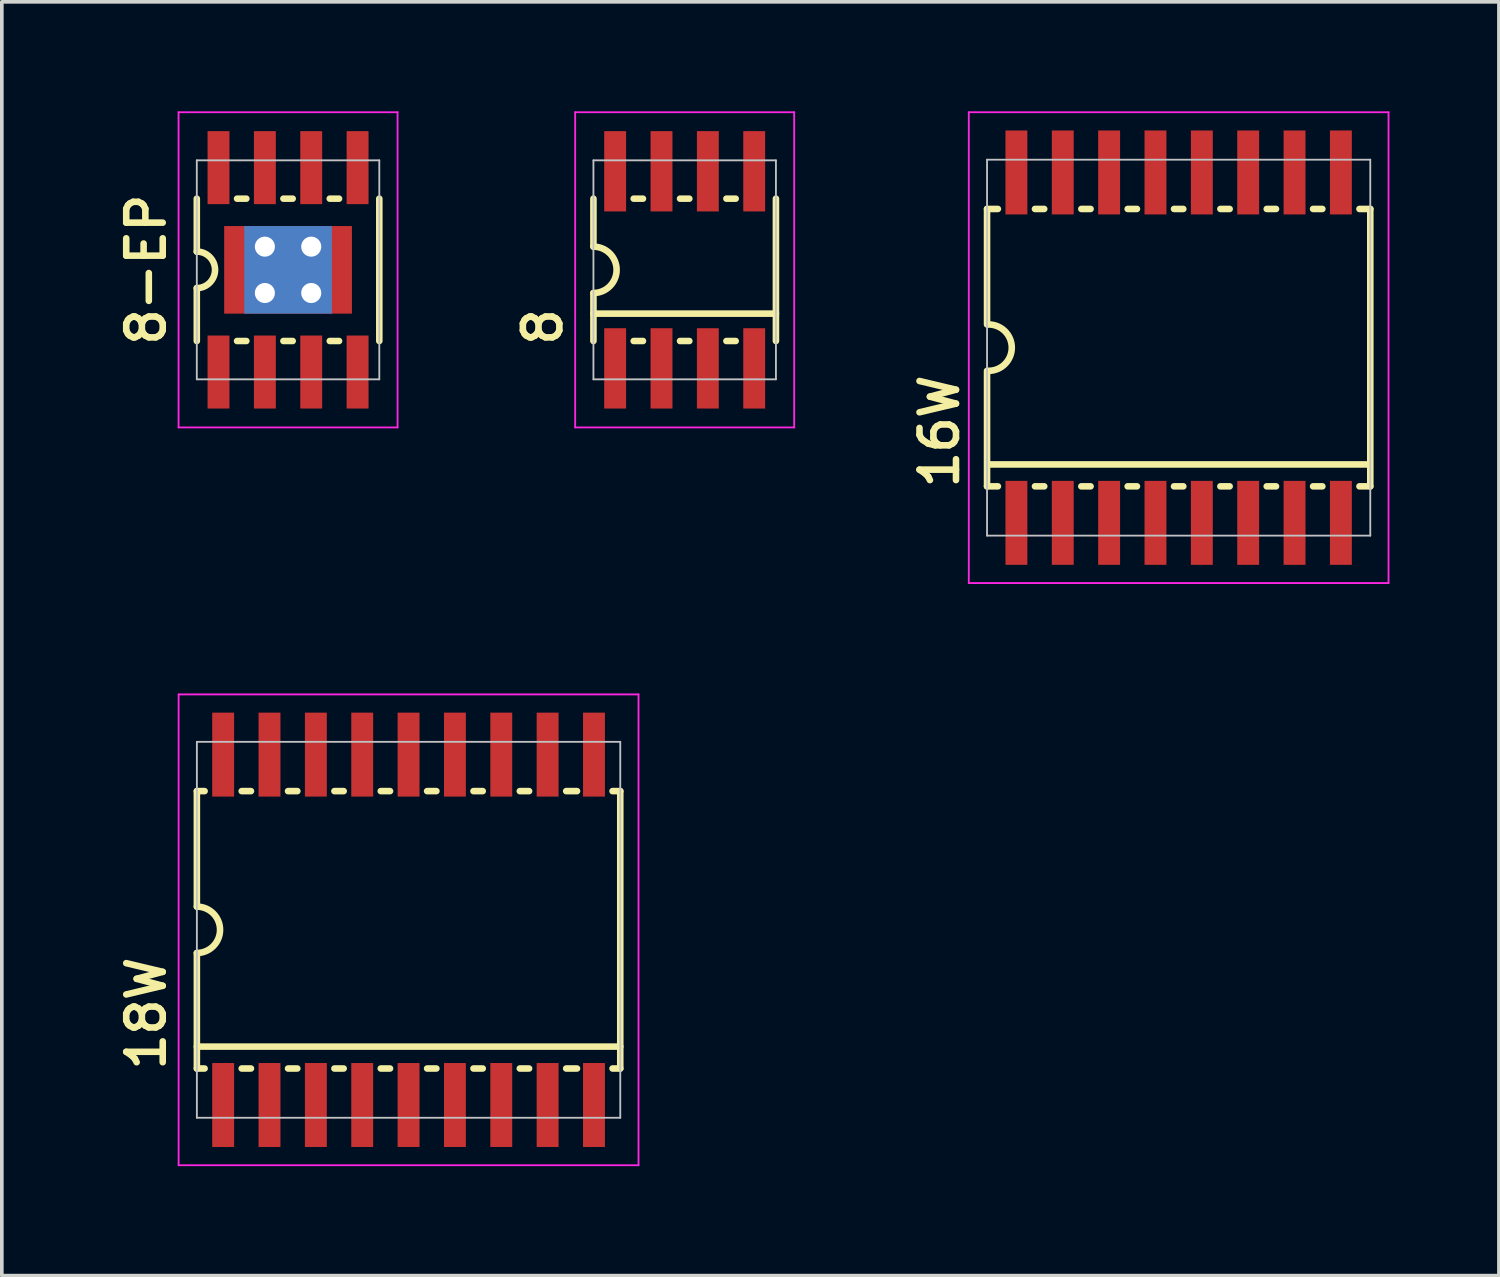
<source format=kicad_pcb>
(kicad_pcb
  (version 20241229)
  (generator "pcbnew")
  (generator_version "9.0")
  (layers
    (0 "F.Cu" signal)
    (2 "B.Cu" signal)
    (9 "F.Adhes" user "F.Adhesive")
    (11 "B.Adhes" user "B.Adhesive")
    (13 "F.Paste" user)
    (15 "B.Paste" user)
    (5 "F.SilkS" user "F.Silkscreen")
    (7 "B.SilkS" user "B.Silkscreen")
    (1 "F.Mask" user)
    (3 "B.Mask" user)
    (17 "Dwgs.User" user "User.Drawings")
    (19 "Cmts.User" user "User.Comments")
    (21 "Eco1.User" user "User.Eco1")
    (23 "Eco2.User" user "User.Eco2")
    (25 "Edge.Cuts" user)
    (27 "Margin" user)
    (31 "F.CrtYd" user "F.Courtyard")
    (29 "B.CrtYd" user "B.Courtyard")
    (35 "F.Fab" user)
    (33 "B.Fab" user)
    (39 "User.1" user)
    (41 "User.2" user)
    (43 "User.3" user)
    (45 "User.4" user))
  (footprint "8-EP"
    (layer "F.Cu")
    (at 4.842 4.343)
    (property "Reference" "8-EP" (at -3.302 2.159 90) (layer "F.SilkS") (effects (font (size 1 1) (thickness 0.18)) (justify left bottom)))
    (attr through_hole)
    (fp_line (start -2.5 -0.5) (end -2.5 -1.95) (stroke (width 0.18) (type solid)) (layer "F.SilkS"))
    (fp_line (start -2.5 1.95) (end -2.5 0.5) (stroke (width 0.18) (type solid)) (layer "F.SilkS"))
    (fp_line (start -1.397 -1.95) (end -1.143 -1.95) (stroke (width 0.18) (type solid)) (layer "F.SilkS"))
    (fp_line (start -1.397 1.95) (end -1.143 1.95) (stroke (width 0.18) (type solid)) (layer "F.SilkS"))
    (fp_line (start -0.127 -1.95) (end 0.127 -1.95) (stroke (width 0.18) (type solid)) (layer "F.SilkS"))
    (fp_line (start -0.127 1.95) (end 0.127 1.95) (stroke (width 0.18) (type solid)) (layer "F.SilkS"))
    (fp_line (start 1.143 -1.95) (end 1.397 -1.95) (stroke (width 0.18) (type solid)) (layer "F.SilkS"))
    (fp_line (start 1.143 1.95) (end 1.397 1.95) (stroke (width 0.18) (type solid)) (layer "F.SilkS"))
    (fp_line (start 2.5 -1.95) (end 2.5 1.95) (stroke (width 0.18) (type solid)) (layer "F.SilkS"))
    (fp_arc (start -2.5 -0.5) (mid -2 0) (end -2.5 0.5) (stroke (width 0.18) (type solid)) (layer "F.SilkS"))
    (fp_line (start -2.5 -3) (end -2.5 3) (stroke (width 0.05) (type solid)) (layer "Dwgs.User"))
    (fp_line (start -2.5 -3) (end 2.5 -3) (stroke (width 0.05) (type solid)) (layer "Dwgs.User"))
    (fp_line (start -2.5 3) (end 2.5 3) (stroke (width 0.05) (type solid)) (layer "Dwgs.User"))
    (fp_line (start 2.5 3) (end 2.5 -3) (stroke (width 0.05) (type solid)) (layer "Dwgs.User"))
    (fp_line (start -3 -4.318) (end 3 -4.318) (stroke (width 0.05) (type solid)) (layer "F.CrtYd"))
    (fp_line (start -3 4.318) (end -3 -4.318) (stroke (width 0.05) (type solid)) (layer "F.CrtYd"))
    (fp_line (start 3 -4.318) (end 3 4.318) (stroke (width 0.05) (type solid)) (layer "F.CrtYd"))
    (fp_line (start 3 4.318) (end -3 4.318) (stroke (width 0.05) (type solid)) (layer "F.CrtYd"))
    (pad "1" smd rect (at -1.905 2.8) (size 0.6 2) (layers "F.Cu" "F.Mask" "F.Paste"))
    (pad "2" smd rect (at -0.635 2.8) (size 0.6 2) (layers "F.Cu" "F.Mask" "F.Paste"))
    (pad "3" smd rect (at 0.635 2.8) (size 0.6 2) (layers "F.Cu" "F.Mask" "F.Paste"))
    (pad "4" smd rect (at 1.905 2.8) (size 0.6 2) (layers "F.Cu" "F.Mask" "F.Paste"))
    (pad "5" smd rect (at 1.905 -2.8) (size 0.6 2) (layers "F.Cu" "F.Mask" "F.Paste"))
    (pad "6" smd rect (at 0.635 -2.8) (size 0.6 2) (layers "F.Cu" "F.Mask" "F.Paste"))
    (pad "7" smd rect (at -0.635 -2.8) (size 0.6 2) (layers "F.Cu" "F.Mask" "F.Paste"))
    (pad "8" smd rect (at -1.905 -2.8) (size 0.6 2) (layers "F.Cu" "F.Mask" "F.Paste"))
    (pad "EP" thru_hole circle (at -0.635 -0.635) (size 1 1) (drill 0.55) (layers "*.Cu"))
    (pad "EP" thru_hole circle (at -0.635 0.635) (size 1 1) (drill 0.55) (layers "*.Cu"))
    (pad "EP" smd rect (at 0 0) (size 2.4 2.4) (layers "B.Cu" "B.Mask"))
    (pad "EP" smd rect (at 0 0) (size 3.5 2.4) (layers "F.Cu" "F.Mask" "F.Paste"))
    (pad "EP" thru_hole circle (at 0.635 -0.635) (size 1 1) (drill 0.55) (layers "*.Cu"))
    (pad "EP" thru_hole circle (at 0.635 0.635) (size 1 1) (drill 0.55) (layers "*.Cu")))
  (footprint "8"
    (layer "F.Cu")
    (at 15.709 4.343)
    (property "Reference" "8" (at -3.302 2.159 90) (layer "F.SilkS") (effects (font (size 1 1) (thickness 0.18)) (justify left bottom)))
    (attr through_hole)
    (fp_line (start -2.5 -0.635) (end -2.5 -1.95) (stroke (width 0.18) (type solid)) (layer "F.SilkS"))
    (fp_line (start -2.5 1.95) (end -2.5 0.635) (stroke (width 0.18) (type solid)) (layer "F.SilkS"))
    (fp_line (start -1.397 -1.95) (end -1.143 -1.95) (stroke (width 0.18) (type solid)) (layer "F.SilkS"))
    (fp_line (start -1.397 1.95) (end -1.143 1.95) (stroke (width 0.18) (type solid)) (layer "F.SilkS"))
    (fp_line (start -0.127 -1.95) (end 0.127 -1.95) (stroke (width 0.18) (type solid)) (layer "F.SilkS"))
    (fp_line (start -0.127 1.95) (end 0.127 1.95) (stroke (width 0.18) (type solid)) (layer "F.SilkS"))
    (fp_line (start 1.143 -1.95) (end 1.397 -1.95) (stroke (width 0.18) (type solid)) (layer "F.SilkS"))
    (fp_line (start 1.143 1.95) (end 1.397 1.95) (stroke (width 0.18) (type solid)) (layer "F.SilkS"))
    (fp_line (start 2.5 -1.95) (end 2.5 1.95) (stroke (width 0.18) (type solid)) (layer "F.SilkS"))
    (fp_line (start 2.5 1.2) (end -2.5 1.2) (stroke (width 0.18) (type solid)) (layer "F.SilkS"))
    (fp_arc (start -2.5 -0.635) (mid -1.865 0) (end -2.5 0.635) (stroke (width 0.18) (type solid)) (layer "F.SilkS"))
    (fp_line (start -2.5 -3) (end -2.5 3) (stroke (width 0.05) (type solid)) (layer "Dwgs.User"))
    (fp_line (start -2.5 -3) (end 2.5 -3) (stroke (width 0.05) (type solid)) (layer "Dwgs.User"))
    (fp_line (start -2.5 3) (end 2.5 3) (stroke (width 0.05) (type solid)) (layer "Dwgs.User"))
    (fp_line (start 2.5 3) (end 2.5 -3) (stroke (width 0.05) (type solid)) (layer "Dwgs.User"))
    (fp_line (start -3 -4.318) (end 3 -4.318) (stroke (width 0.05) (type solid)) (layer "F.CrtYd"))
    (fp_line (start -3 4.318) (end -3 -4.318) (stroke (width 0.05) (type solid)) (layer "F.CrtYd"))
    (fp_line (start 3 -4.318) (end 3 4.318) (stroke (width 0.05) (type solid)) (layer "F.CrtYd"))
    (fp_line (start 3 4.318) (end -3 4.318) (stroke (width 0.05) (type solid)) (layer "F.CrtYd"))
    (pad "1" smd rect (at -1.905 2.7) (size 0.6 2.2) (layers "F.Cu" "F.Mask" "F.Paste"))
    (pad "2" smd rect (at -0.635 2.7) (size 0.6 2.2) (layers "F.Cu" "F.Mask" "F.Paste"))
    (pad "3" smd rect (at 0.635 2.7) (size 0.6 2.2) (layers "F.Cu" "F.Mask" "F.Paste"))
    (pad "4" smd rect (at 1.905 2.7) (size 0.6 2.2) (layers "F.Cu" "F.Mask" "F.Paste"))
    (pad "5" smd rect (at 1.905 -2.7) (size 0.6 2.2) (layers "F.Cu" "F.Mask" "F.Paste"))
    (pad "6" smd rect (at 0.635 -2.7) (size 0.6 2.2) (layers "F.Cu" "F.Mask" "F.Paste"))
    (pad "7" smd rect (at -0.635 -2.7) (size 0.6 2.2) (layers "F.Cu" "F.Mask" "F.Paste"))
    (pad "8" smd rect (at -1.905 -2.7) (size 0.6 2.2) (layers "F.Cu" "F.Mask" "F.Paste")))
  (footprint "16W"
    (layer "F.Cu")
    (at 29.243 6.475)
    (property "Reference" "16W" (at -5.969 3.937 90) (layer "F.SilkS") (effects (font (size 1 1) (thickness 0.18)) (justify left bottom)))
    (attr through_hole)
    (fp_line (start -5.25 -3.8) (end -5.25 -0.635) (stroke (width 0.18) (type solid)) (layer "F.SilkS"))
    (fp_line (start -5.25 -3.8) (end -4.953 -3.8) (stroke (width 0.18) (type solid)) (layer "F.SilkS"))
    (fp_line (start -5.25 3.8) (end -5.25 0.635) (stroke (width 0.18) (type solid)) (layer "F.SilkS"))
    (fp_line (start -5.25 3.8) (end -4.953 3.8) (stroke (width 0.18) (type solid)) (layer "F.SilkS"))
    (fp_line (start -3.937 -3.8) (end -3.683 -3.8) (stroke (width 0.18) (type solid)) (layer "F.SilkS"))
    (fp_line (start -3.937 3.8) (end -3.683 3.8) (stroke (width 0.18) (type solid)) (layer "F.SilkS"))
    (fp_line (start -2.667 -3.8) (end -2.413 -3.8) (stroke (width 0.18) (type solid)) (layer "F.SilkS"))
    (fp_line (start -2.667 3.8) (end -2.413 3.8) (stroke (width 0.18) (type solid)) (layer "F.SilkS"))
    (fp_line (start -1.397 -3.8) (end -1.143 -3.8) (stroke (width 0.18) (type solid)) (layer "F.SilkS"))
    (fp_line (start -1.397 3.8) (end -1.143 3.8) (stroke (width 0.18) (type solid)) (layer "F.SilkS"))
    (fp_line (start -0.127 -3.8) (end 0.127 -3.8) (stroke (width 0.18) (type solid)) (layer "F.SilkS"))
    (fp_line (start -0.127 3.8) (end 0.127 3.8) (stroke (width 0.18) (type solid)) (layer "F.SilkS"))
    (fp_line (start 1.143 -3.8) (end 1.397 -3.8) (stroke (width 0.18) (type solid)) (layer "F.SilkS"))
    (fp_line (start 1.143 3.8) (end 1.397 3.8) (stroke (width 0.18) (type solid)) (layer "F.SilkS"))
    (fp_line (start 2.413 -3.8) (end 2.667 -3.8) (stroke (width 0.18) (type solid)) (layer "F.SilkS"))
    (fp_line (start 2.413 3.8) (end 2.667 3.8) (stroke (width 0.18) (type solid)) (layer "F.SilkS"))
    (fp_line (start 3.683 -3.8) (end 3.937 -3.8) (stroke (width 0.18) (type solid)) (layer "F.SilkS"))
    (fp_line (start 3.683 3.8) (end 3.937 3.8) (stroke (width 0.18) (type solid)) (layer "F.SilkS"))
    (fp_line (start 4.953 -3.8) (end 5.25 -3.8) (stroke (width 0.18) (type solid)) (layer "F.SilkS"))
    (fp_line (start 4.953 3.8) (end 5.25 3.8) (stroke (width 0.18) (type solid)) (layer "F.SilkS"))
    (fp_line (start 5.182 3.2) (end -5.182 3.2) (stroke (width 0.18) (type solid)) (layer "F.SilkS"))
    (fp_line (start 5.25 -3.8) (end 5.25 3.8) (stroke (width 0.18) (type solid)) (layer "F.SilkS"))
    (fp_arc (start -5.207 -0.635) (mid -4.572 0) (end -5.207 0.635) (stroke (width 0.18) (type solid)) (layer "F.SilkS"))
    (fp_line (start -5.25 -5.15) (end 5.25 -5.15) (stroke (width 0.05) (type solid)) (layer "Dwgs.User"))
    (fp_line (start -5.25 5.15) (end -5.25 -5.15) (stroke (width 0.05) (type solid)) (layer "Dwgs.User"))
    (fp_line (start -5.25 5.15) (end 5.25 5.15) (stroke (width 0.05) (type solid)) (layer "Dwgs.User"))
    (fp_line (start 5.25 5.15) (end 5.25 -5.15) (stroke (width 0.05) (type solid)) (layer "Dwgs.User"))
    (fp_line (start -5.75 -6.45) (end 5.75 -6.45) (stroke (width 0.05) (type solid)) (layer "F.CrtYd"))
    (fp_line (start -5.75 6.45) (end -5.75 -6.45) (stroke (width 0.05) (type solid)) (layer "F.CrtYd"))
    (fp_line (start 5.75 -6.45) (end 5.75 6.45) (stroke (width 0.05) (type solid)) (layer "F.CrtYd"))
    (fp_line (start 5.75 6.45) (end -5.75 6.45) (stroke (width 0.05) (type solid)) (layer "F.CrtYd"))
    (pad "1" smd rect (at -4.445 4.8) (size 0.6 2.3) (layers "F.Cu" "F.Mask" "F.Paste"))
    (pad "2" smd rect (at -3.175 4.8) (size 0.6 2.3) (layers "F.Cu" "F.Mask" "F.Paste"))
    (pad "3" smd rect (at -1.905 4.8) (size 0.6 2.3) (layers "F.Cu" "F.Mask" "F.Paste"))
    (pad "4" smd rect (at -0.635 4.8) (size 0.6 2.3) (layers "F.Cu" "F.Mask" "F.Paste"))
    (pad "5" smd rect (at 0.635 4.8) (size 0.6 2.3) (layers "F.Cu" "F.Mask" "F.Paste"))
    (pad "6" smd rect (at 1.905 4.8) (size 0.6 2.3) (layers "F.Cu" "F.Mask" "F.Paste"))
    (pad "7" smd rect (at 3.175 4.8) (size 0.6 2.3) (layers "F.Cu" "F.Mask" "F.Paste"))
    (pad "8" smd rect (at 4.445 4.8) (size 0.6 2.3) (layers "F.Cu" "F.Mask" "F.Paste"))
    (pad "9" smd rect (at 4.445 -4.8) (size 0.6 2.3) (layers "F.Cu" "F.Mask" "F.Paste"))
    (pad "10" smd rect (at 3.175 -4.8) (size 0.6 2.3) (layers "F.Cu" "F.Mask" "F.Paste"))
    (pad "11" smd rect (at 1.905 -4.8) (size 0.6 2.3) (layers "F.Cu" "F.Mask" "F.Paste"))
    (pad "12" smd rect (at 0.635 -4.8) (size 0.6 2.3) (layers "F.Cu" "F.Mask" "F.Paste"))
    (pad "13" smd rect (at -0.635 -4.8) (size 0.6 2.3) (layers "F.Cu" "F.Mask" "F.Paste"))
    (pad "14" smd rect (at -1.905 -4.8) (size 0.6 2.3) (layers "F.Cu" "F.Mask" "F.Paste"))
    (pad "15" smd rect (at -3.175 -4.8) (size 0.6 2.3) (layers "F.Cu" "F.Mask" "F.Paste"))
    (pad "16" smd rect (at -4.445 -4.8) (size 0.6 2.3) (layers "F.Cu" "F.Mask" "F.Paste")))
  (footprint "18W"
    (layer "F.Cu")
    (at 8.144 22.425)
    (property "Reference" "18W" (at -6.604 3.937 90) (layer "F.SilkS") (effects (font (size 1 1) (thickness 0.18)) (justify left bottom)))
    (attr through_hole)
    (fp_line (start -5.8 -3.8) (end -5.8 -0.635) (stroke (width 0.18) (type solid)) (layer "F.SilkS"))
    (fp_line (start -5.8 -3.8) (end -5.588 -3.8) (stroke (width 0.18) (type solid)) (layer "F.SilkS"))
    (fp_line (start -5.8 3.8) (end -5.8 0.635) (stroke (width 0.18) (type solid)) (layer "F.SilkS"))
    (fp_line (start -5.8 3.8) (end -5.588 3.8) (stroke (width 0.18) (type solid)) (layer "F.SilkS"))
    (fp_line (start -4.572 -3.8) (end -4.318 -3.8) (stroke (width 0.18) (type solid)) (layer "F.SilkS"))
    (fp_line (start -4.572 3.8) (end -4.318 3.8) (stroke (width 0.18) (type solid)) (layer "F.SilkS"))
    (fp_line (start -3.302 -3.8) (end -3.048 -3.8) (stroke (width 0.18) (type solid)) (layer "F.SilkS"))
    (fp_line (start -3.302 3.8) (end -3.048 3.8) (stroke (width 0.18) (type solid)) (layer "F.SilkS"))
    (fp_line (start -2.032 -3.8) (end -1.778 -3.8) (stroke (width 0.18) (type solid)) (layer "F.SilkS"))
    (fp_line (start -2.032 3.8) (end -1.778 3.8) (stroke (width 0.18) (type solid)) (layer "F.SilkS"))
    (fp_line (start -0.762 -3.8) (end -0.508 -3.8) (stroke (width 0.18) (type solid)) (layer "F.SilkS"))
    (fp_line (start -0.762 3.8) (end -0.508 3.8) (stroke (width 0.18) (type solid)) (layer "F.SilkS"))
    (fp_line (start 0.508 -3.8) (end 0.762 -3.8) (stroke (width 0.18) (type solid)) (layer "F.SilkS"))
    (fp_line (start 0.508 3.8) (end 0.762 3.8) (stroke (width 0.18) (type solid)) (layer "F.SilkS"))
    (fp_line (start 1.778 -3.8) (end 2.032 -3.8) (stroke (width 0.18) (type solid)) (layer "F.SilkS"))
    (fp_line (start 1.778 3.8) (end 2.032 3.8) (stroke (width 0.18) (type solid)) (layer "F.SilkS"))
    (fp_line (start 3.048 -3.8) (end 3.302 -3.8) (stroke (width 0.18) (type solid)) (layer "F.SilkS"))
    (fp_line (start 3.048 3.8) (end 3.302 3.8) (stroke (width 0.18) (type solid)) (layer "F.SilkS"))
    (fp_line (start 4.318 -3.8) (end 4.615 -3.8) (stroke (width 0.18) (type solid)) (layer "F.SilkS"))
    (fp_line (start 4.318 3.8) (end 4.615 3.8) (stroke (width 0.18) (type solid)) (layer "F.SilkS"))
    (fp_line (start 5.588 -3.8) (end 5.8 -3.8) (stroke (width 0.18) (type solid)) (layer "F.SilkS"))
    (fp_line (start 5.588 3.8) (end 5.8 3.8) (stroke (width 0.18) (type solid)) (layer "F.SilkS"))
    (fp_line (start 5.8 -3.8) (end 5.8 3.8) (stroke (width 0.18) (type solid)) (layer "F.SilkS"))
    (fp_line (start 5.8 3.2) (end -5.8 3.2) (stroke (width 0.18) (type solid)) (layer "F.SilkS"))
    (fp_arc (start -5.8 -0.635) (mid -5.165 0) (end -5.8 0.635) (stroke (width 0.18) (type solid)) (layer "F.SilkS"))
    (fp_line (start -5.8 -5.15) (end 5.8 -5.15) (stroke (width 0.05) (type solid)) (layer "Dwgs.User"))
    (fp_line (start -5.8 5.15) (end -5.8 -5.15) (stroke (width 0.05) (type solid)) (layer "Dwgs.User"))
    (fp_line (start -5.8 5.15) (end 5.8 5.15) (stroke (width 0.05) (type solid)) (layer "Dwgs.User"))
    (fp_line (start 5.8 5.15) (end 5.8 -5.15) (stroke (width 0.05) (type solid)) (layer "Dwgs.User"))
    (fp_line (start -6.3 -6.45) (end 6.3 -6.45) (stroke (width 0.05) (type solid)) (layer "F.CrtYd"))
    (fp_line (start -6.3 6.45) (end -6.3 -6.45) (stroke (width 0.05) (type solid)) (layer "F.CrtYd"))
    (fp_line (start 6.3 -6.45) (end 6.3 6.45) (stroke (width 0.05) (type solid)) (layer "F.CrtYd"))
    (fp_line (start 6.3 6.45) (end -6.3 6.45) (stroke (width 0.05) (type solid)) (layer "F.CrtYd"))
    (pad "1" smd rect (at -5.08 4.8) (size 0.6 2.3) (layers "F.Cu" "F.Mask" "F.Paste"))
    (pad "2" smd rect (at -3.81 4.8) (size 0.6 2.3) (layers "F.Cu" "F.Mask" "F.Paste"))
    (pad "3" smd rect (at -2.54 4.8) (size 0.6 2.3) (layers "F.Cu" "F.Mask" "F.Paste"))
    (pad "4" smd rect (at -1.27 4.8) (size 0.6 2.3) (layers "F.Cu" "F.Mask" "F.Paste"))
    (pad "5" smd rect (at 0 4.8) (size 0.6 2.3) (layers "F.Cu" "F.Mask" "F.Paste"))
    (pad "6" smd rect (at 1.27 4.8) (size 0.6 2.3) (layers "F.Cu" "F.Mask" "F.Paste"))
    (pad "7" smd rect (at 2.54 4.8) (size 0.6 2.3) (layers "F.Cu" "F.Mask" "F.Paste"))
    (pad "8" smd rect (at 3.81 4.8) (size 0.6 2.3) (layers "F.Cu" "F.Mask" "F.Paste"))
    (pad "9" smd rect (at 5.08 4.8) (size 0.6 2.3) (layers "F.Cu" "F.Mask" "F.Paste"))
    (pad "10" smd rect (at 5.08 -4.8) (size 0.6 2.3) (layers "F.Cu" "F.Mask" "F.Paste"))
    (pad "11" smd rect (at 3.81 -4.8) (size 0.6 2.3) (layers "F.Cu" "F.Mask" "F.Paste"))
    (pad "12" smd rect (at 2.54 -4.8) (size 0.6 2.3) (layers "F.Cu" "F.Mask" "F.Paste"))
    (pad "13" smd rect (at 1.27 -4.8) (size 0.6 2.3) (layers "F.Cu" "F.Mask" "F.Paste"))
    (pad "14" smd rect (at 0 -4.8) (size 0.6 2.3) (layers "F.Cu" "F.Mask" "F.Paste"))
    (pad "15" smd rect (at -1.27 -4.8) (size 0.6 2.3) (layers "F.Cu" "F.Mask" "F.Paste"))
    (pad "16" smd rect (at -2.54 -4.8) (size 0.6 2.3) (layers "F.Cu" "F.Mask" "F.Paste"))
    (pad "17" smd rect (at -3.81 -4.8) (size 0.6 2.3) (layers "F.Cu" "F.Mask" "F.Paste"))
    (pad "18" smd rect (at -5.08 -4.8) (size 0.6 2.3) (layers "F.Cu" "F.Mask" "F.Paste")))
  (gr_rect
    (start -3 -3)
    (end 38.018 31.9)
    (stroke (width 0.1) (type default))
    (fill no)
    (layer "Edge.Cuts")))
</source>
